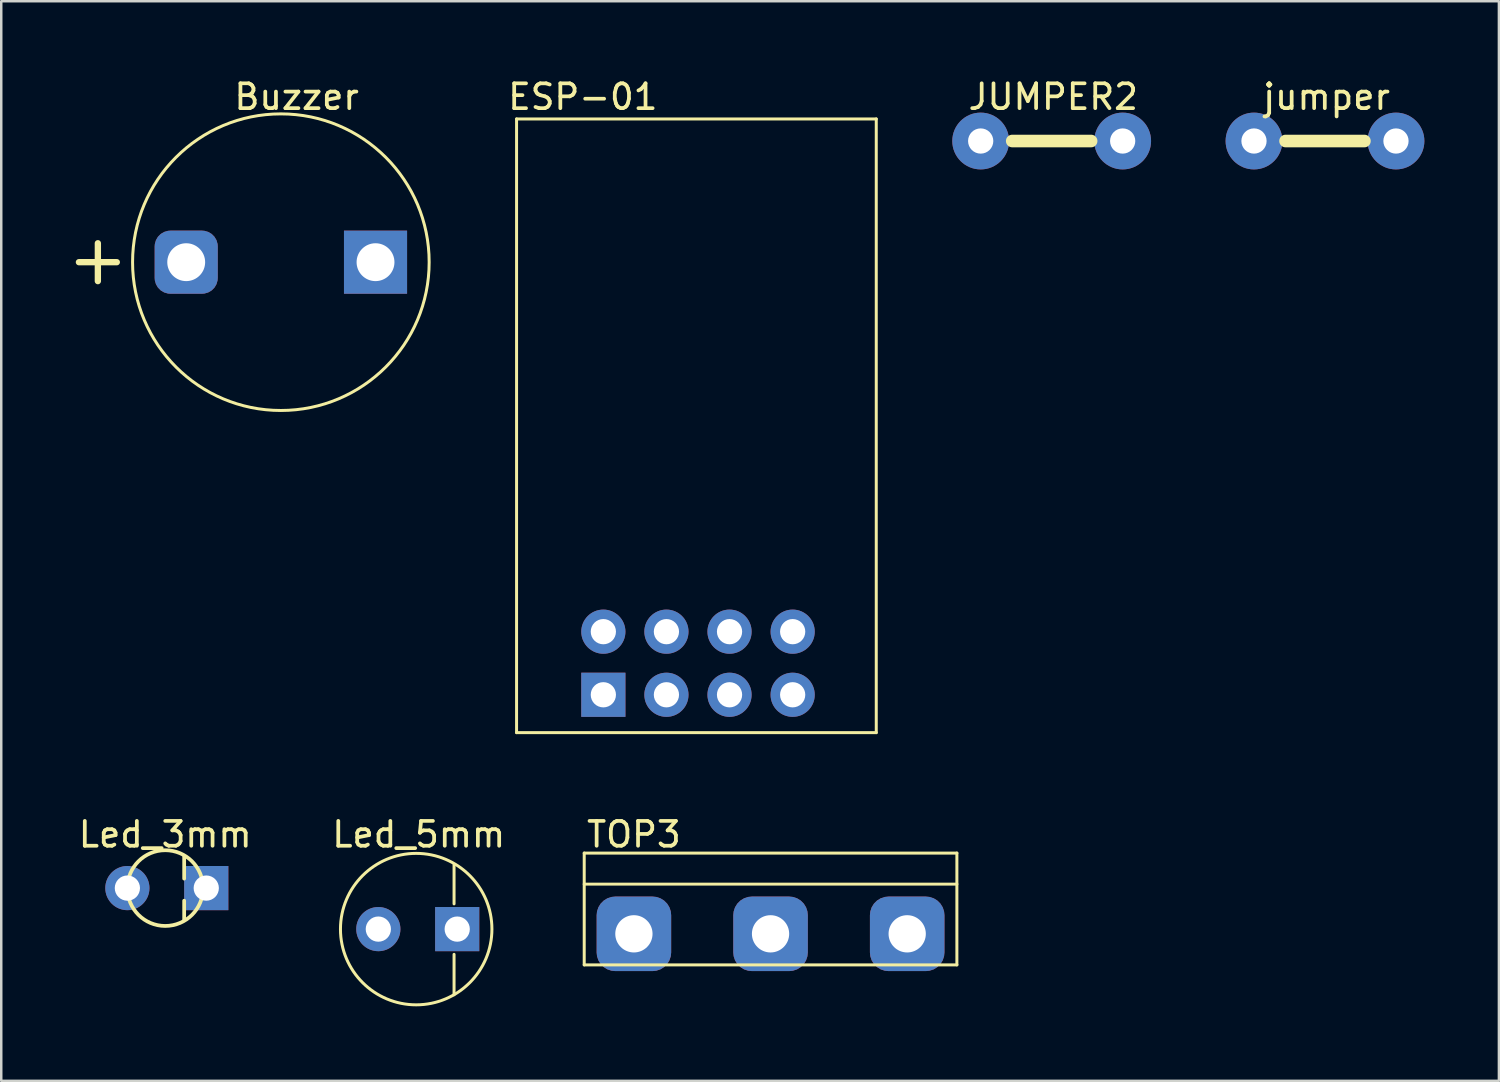
<source format=kicad_pcb>
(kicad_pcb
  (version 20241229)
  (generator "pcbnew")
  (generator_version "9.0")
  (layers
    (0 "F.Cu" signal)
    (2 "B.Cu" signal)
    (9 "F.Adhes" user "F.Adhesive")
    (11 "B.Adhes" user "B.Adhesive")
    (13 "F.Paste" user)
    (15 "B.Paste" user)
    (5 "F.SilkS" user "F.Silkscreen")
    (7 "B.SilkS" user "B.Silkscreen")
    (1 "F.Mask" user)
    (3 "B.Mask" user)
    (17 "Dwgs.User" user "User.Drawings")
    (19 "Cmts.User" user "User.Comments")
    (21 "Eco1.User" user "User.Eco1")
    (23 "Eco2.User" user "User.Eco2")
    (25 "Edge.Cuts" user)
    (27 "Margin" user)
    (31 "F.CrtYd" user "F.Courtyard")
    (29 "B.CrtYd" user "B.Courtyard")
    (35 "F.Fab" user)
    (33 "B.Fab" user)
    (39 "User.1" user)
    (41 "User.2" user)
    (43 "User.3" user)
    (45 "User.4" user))
  (footprint "JUMPER2"
    (layer "F.Cu")
    (at 36.423 5.166)
    (property "Reference" "JUMPER2" (at 2.921 -4.318 0) (layer "F.SilkS") (effects (font (size 1 1) (thickness 0.15))))
    (attr through_hole)
    (fp_line (start 1.27 -2.54) (end 4.445 -2.54) (stroke (width 0.508) (type solid)) (layer "F.SilkS"))
    (pad "1" thru_hole circle (at 0 -2.54) (size 2.286 2.286) (drill 1.016) (layers "*.Cu" "*.Mask"))
    (pad "2" thru_hole circle (at 5.715 -2.54) (size 2.286 2.286) (drill 1.016) (layers "*.Cu" "*.Mask")))
  (footprint "Buzzer"
    (layer "F.Cu")
    (at 8.255 7.503)
    (property "Reference" "Buzzer" (at 0.635 -6.655 0) (layer "F.SilkS") (effects (font (size 1 1) (thickness 0.15))))
    (attr through_hole)
    (fp_line (start -8.128 0) (end -6.604 0) (stroke (width 0.254) (type solid)) (layer "F.SilkS"))
    (fp_line (start -7.366 -0.762) (end -7.366 0.762) (stroke (width 0.254) (type solid)) (layer "F.SilkS"))
    (fp_circle (center 0 0) (end 5.969 0) (stroke (width 0.12) (type solid)) (fill no) (layer "F.SilkS"))
    (pad "1" thru_hole roundrect (at -3.81 0) (size 2.54 2.54) (drill 1.524) (layers "*.Cu" "*.Mask") (roundrect_rratio 0.25))
    (pad "2" thru_hole rect (at 3.81 0) (size 2.54 2.54) (drill 1.524) (layers "*.Cu" "*.Mask")))
  (footprint "jumper"
    (layer "F.Cu")
    (at 47.424 5.166)
    (property "Reference" "jumper" (at 2.921 -4.318 0) (layer "F.SilkS") (effects (font (size 1 1) (thickness 0.15))))
    (attr through_hole)
    (fp_line (start 1.27 -2.54) (end 4.445 -2.54) (stroke (width 0.508) (type solid)) (layer "F.SilkS"))
    (pad "1" thru_hole circle (at 0 -2.54) (size 2.286 2.286) (drill 1.016) (layers "*.Cu" "*.Mask"))
    (pad "2" thru_hole circle (at 5.715 -2.54) (size 2.286 2.286) (drill 1.016) (layers "*.Cu" "*.Mask")))
  (footprint "Led_3mm"
    (layer "F.Cu")
    (at 2.077 32.696)
    (property "Reference" "Led_3mm" (at 1.524 -2.159 0) (layer "F.SilkS") (effects (font (size 1 1) (thickness 0.15))))
    (attr through_hole)
    (fp_line (start 2.286 -1.27) (end 2.286 -0.381) (stroke (width 0.15) (type solid)) (layer "F.SilkS"))
    (fp_line (start 2.286 1.27) (end 2.286 0.508) (stroke (width 0.15) (type solid)) (layer "F.SilkS"))
    (fp_circle (center 1.524 0) (end 3.048 0) (stroke (width 0.15) (type solid)) (fill no) (layer "F.SilkS"))
    (pad "1" thru_hole rect (at 3.175 0) (size 1.778 1.778) (drill 1.016) (layers "*.Cu" "*.Mask"))
    (pad "2" thru_hole circle (at 0 0) (size 1.778 1.778) (drill 1.016) (layers "*.Cu" "*.Mask")))
  (footprint "ESP-01"
    (layer "F.Cu")
    (at 17.742 26.439)
    (property "Reference" "ESP-01" (at 2.667 -25.59 0) (layer "F.SilkS") (effects (font (size 1 1) (thickness 0.15))))
    (attr through_hole)
    (fp_line (start 0 -24.701) (end 0 0) (stroke (width 0.12) (type solid)) (layer "F.SilkS"))
    (fp_line (start 0 0) (end 14.478 0) (stroke (width 0.12) (type solid)) (layer "F.SilkS"))
    (fp_line (start 14.478 -24.701) (end 0 -24.701) (stroke (width 0.12) (type solid)) (layer "F.SilkS"))
    (fp_line (start 14.478 0) (end 14.478 -24.701) (stroke (width 0.12) (type solid)) (layer "F.SilkS"))
    (pad "1" thru_hole rect (at 3.493 -1.524) (size 1.778 1.778) (drill 1.016) (layers "*.Cu" "*.Mask"))
    (pad "2" thru_hole circle (at 3.493 -4.064 90) (size 1.778 1.778) (drill 1.016) (layers "*.Cu" "*.Mask"))
    (pad "3" thru_hole circle (at 6.032 -1.524) (size 1.778 1.778) (drill 1.016) (layers "*.Cu" "*.Mask"))
    (pad "4" thru_hole circle (at 6.032 -4.064) (size 1.778 1.778) (drill 1.016) (layers "*.Cu" "*.Mask"))
    (pad "5" thru_hole circle (at 8.572 -1.524) (size 1.778 1.778) (drill 1.016) (layers "*.Cu" "*.Mask"))
    (pad "6" thru_hole circle (at 8.572 -4.064) (size 1.778 1.778) (drill 1.016) (layers "*.Cu" "*.Mask"))
    (pad "7" thru_hole circle (at 11.113 -1.524) (size 1.778 1.778) (drill 1.016) (layers "*.Cu" "*.Mask"))
    (pad "8" thru_hole circle (at 11.113 -4.064) (size 1.778 1.778) (drill 1.016) (layers "*.Cu" "*.Mask")))
  (footprint "TOP3"
    (layer "F.Cu")
    (at 27.965 34.537)
    (property "Reference" "TOP3" (at -5.5 -4 0) (layer "F.SilkS") (effects (font (size 1 1) (thickness 0.15))))
    (attr through_hole)
    (fp_line (start -7.5 -3.25) (end -7.5 1.25) (stroke (width 0.12) (type solid)) (layer "F.SilkS"))
    (fp_line (start -7.5 -2) (end 7.5 -2) (stroke (width 0.12) (type solid)) (layer "F.SilkS"))
    (fp_line (start -7.5 1.25) (end 7.5 1.25) (stroke (width 0.12) (type solid)) (layer "F.SilkS"))
    (fp_line (start 7.5 -3.25) (end -7.5 -3.25) (stroke (width 0.12) (type solid)) (layer "F.SilkS"))
    (fp_line (start 7.5 1.25) (end 7.5 -3.25) (stroke (width 0.12) (type solid)) (layer "F.SilkS"))
    (pad "1" thru_hole roundrect (at -5.5 0) (size 3 3) (drill 1.5) (layers "*.Cu" "*.Mask") (roundrect_rratio 0.25))
    (pad "2" thru_hole roundrect (at 0 0) (size 3 3) (drill 1.5) (layers "*.Cu" "*.Mask") (roundrect_rratio 0.25))
    (pad "3" thru_hole roundrect (at 5.5 0) (size 3 3) (drill 1.5) (layers "*.Cu" "*.Mask") (roundrect_rratio 0.25)))
  (footprint "Led_5mm"
    (layer "F.Cu")
    (at 12.178 34.347)
    (property "Reference" "Led_5mm" (at 1.626 -3.81 0) (layer "F.SilkS") (effects (font (size 1 1) (thickness 0.15))))
    (attr through_hole)
    (fp_line (start 3.048 -2.591) (end 3.048 -1.016) (stroke (width 0.12) (type solid)) (layer "F.SilkS"))
    (fp_line (start 3.048 1.016) (end 3.048 2.642) (stroke (width 0.12) (type solid)) (layer "F.SilkS"))
    (fp_circle (center 1.524 0) (end 4.572 0) (stroke (width 0.12) (type solid)) (fill no) (layer "F.SilkS"))
    (pad "1" thru_hole rect (at 3.175 0) (size 1.778 1.778) (drill 1.016) (layers "*.Cu" "*.Mask"))
    (pad "2" thru_hole circle (at 0 0) (size 1.778 1.778) (drill 1.016) (layers "*.Cu" "*.Mask")))
  (gr_rect
    (start -3 -3)
    (end 57.282 40.455)
    (stroke (width 0.1) (type default))
    (fill no)
    (layer "Edge.Cuts")))
</source>
